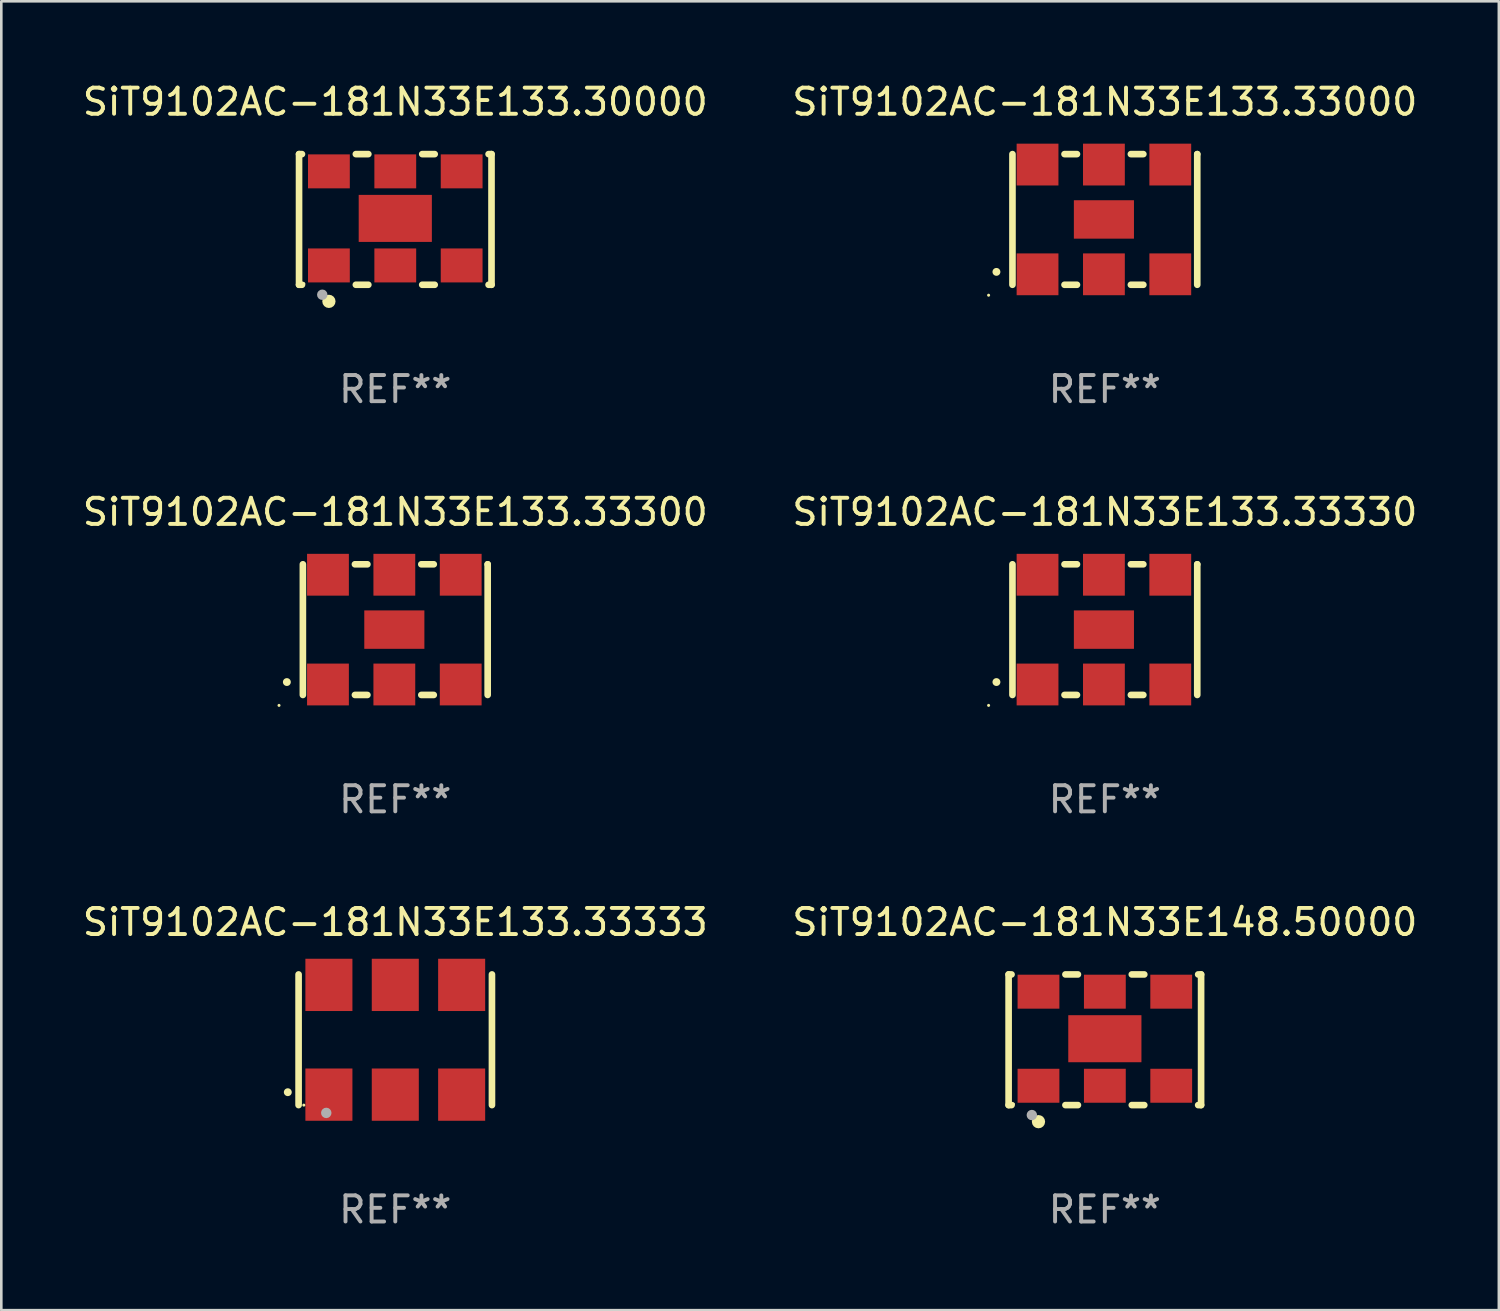
<source format=kicad_pcb>
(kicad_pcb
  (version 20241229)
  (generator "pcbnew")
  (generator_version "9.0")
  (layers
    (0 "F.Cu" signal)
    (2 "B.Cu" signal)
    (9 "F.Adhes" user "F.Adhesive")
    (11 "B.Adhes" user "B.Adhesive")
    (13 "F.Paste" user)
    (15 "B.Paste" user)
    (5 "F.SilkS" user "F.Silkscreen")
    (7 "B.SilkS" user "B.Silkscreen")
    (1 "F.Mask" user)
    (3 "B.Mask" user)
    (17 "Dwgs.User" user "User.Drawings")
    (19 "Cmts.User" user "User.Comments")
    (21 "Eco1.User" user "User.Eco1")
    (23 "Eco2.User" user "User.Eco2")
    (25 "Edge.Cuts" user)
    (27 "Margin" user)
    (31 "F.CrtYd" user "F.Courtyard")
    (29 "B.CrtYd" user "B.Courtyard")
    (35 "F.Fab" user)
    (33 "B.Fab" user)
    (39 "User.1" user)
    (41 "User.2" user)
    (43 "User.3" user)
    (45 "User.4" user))
  (footprint "SiT9102AC-181N33E133.33300"
    (layer "F.Cu")
    (at 12.077 21.045)
    (property "Reference" "SiT9102AC-181N33E133.33300" (at 0 -4.5 0) (layer "F.SilkS") (effects (font (size 1 1) (thickness 0.15))))
    (attr through_hole)
    (fp_line (start -3.536 -2.5) (end -3.536 2.5) (stroke (width 0.254) (type solid)) (layer "F.SilkS"))
    (fp_line (start -1.544 2.5) (end -1.067 2.5) (stroke (width 0.254) (type solid)) (layer "F.SilkS"))
    (fp_line (start -1.067 -2.5) (end -1.544 -2.5) (stroke (width 0.254) (type solid)) (layer "F.SilkS"))
    (fp_line (start 0.996 2.5) (end 1.473 2.5) (stroke (width 0.254) (type solid)) (layer "F.SilkS"))
    (fp_line (start 1.473 -2.5) (end 0.996 -2.5) (stroke (width 0.254) (type solid)) (layer "F.SilkS"))
    (fp_line (start 3.536 -2.5) (end 3.536 -2.5) (stroke (width 0.254) (type solid)) (layer "F.SilkS"))
    (fp_line (start 3.536 2.5) (end 3.536 -2.5) (stroke (width 0.254) (type solid)) (layer "F.SilkS"))
    (fp_arc (start -4.150432 2.006604) (mid -4.149162 2.006599) (end -4.147892 2.006604) (stroke (width 0.3) (type solid)) (layer "F.SilkS"))
    (fp_circle (center -4.449 2.9) (end -4.419 2.9) (stroke (width 0.06) (type solid)) (fill no) (layer "F.SilkS"))
    (fp_text user "REF**" (at 0 6.5 0) (layer "F.Fab") (effects (font (size 1 1) (thickness 0.15))))
    (pad "1" smd rect (at -2.576 2.1) (size 1.6 1.6) (layers "F.Cu" "F.Mask" "F.Paste"))
    (pad "2" smd rect (at -0.036 2.1) (size 1.6 1.6) (layers "F.Cu" "F.Mask" "F.Paste"))
    (pad "3" smd rect (at 2.504 2.1) (size 1.6 1.6) (layers "F.Cu" "F.Mask" "F.Paste"))
    (pad "4" smd rect (at 2.504 -2.1) (size 1.6 1.6) (layers "F.Cu" "F.Mask" "F.Paste"))
    (pad "5" smd rect (at -0.036 -2.1) (size 1.6 1.6) (layers "F.Cu" "F.Mask" "F.Paste"))
    (pad "6" smd rect (at -2.576 -2.1) (size 1.6 1.6) (layers "F.Cu" "F.Mask" "F.Paste"))
    (pad "7" smd rect (at -0.036 0) (size 2.3 1.47) (layers "F.Cu" "F.Mask" "F.Paste")))
  (footprint "SiT9102AC-181N33E133.33000"
    (layer "F.Cu")
    (at 39.232 5.348)
    (property "Reference" "SiT9102AC-181N33E133.33000" (at 0 -4.5 0) (layer "F.SilkS") (effects (font (size 1 1) (thickness 0.15))))
    (attr through_hole)
    (fp_line (start -3.536 -2.5) (end -3.536 2.5) (stroke (width 0.254) (type solid)) (layer "F.SilkS"))
    (fp_line (start -1.544 2.5) (end -1.067 2.5) (stroke (width 0.254) (type solid)) (layer "F.SilkS"))
    (fp_line (start -1.067 -2.5) (end -1.544 -2.5) (stroke (width 0.254) (type solid)) (layer "F.SilkS"))
    (fp_line (start 0.996 2.5) (end 1.473 2.5) (stroke (width 0.254) (type solid)) (layer "F.SilkS"))
    (fp_line (start 1.473 -2.5) (end 0.996 -2.5) (stroke (width 0.254) (type solid)) (layer "F.SilkS"))
    (fp_line (start 3.536 -2.5) (end 3.536 -2.5) (stroke (width 0.254) (type solid)) (layer "F.SilkS"))
    (fp_line (start 3.536 2.5) (end 3.536 -2.5) (stroke (width 0.254) (type solid)) (layer "F.SilkS"))
    (fp_arc (start -4.150432 2.006604) (mid -4.149162 2.006599) (end -4.147892 2.006604) (stroke (width 0.3) (type solid)) (layer "F.SilkS"))
    (fp_circle (center -4.449 2.9) (end -4.419 2.9) (stroke (width 0.06) (type solid)) (fill no) (layer "F.SilkS"))
    (fp_text user "REF**" (at 0 6.5 0) (layer "F.Fab") (effects (font (size 1 1) (thickness 0.15))))
    (pad "1" smd rect (at -2.576 2.1) (size 1.6 1.6) (layers "F.Cu" "F.Mask" "F.Paste"))
    (pad "2" smd rect (at -0.036 2.1) (size 1.6 1.6) (layers "F.Cu" "F.Mask" "F.Paste"))
    (pad "3" smd rect (at 2.504 2.1) (size 1.6 1.6) (layers "F.Cu" "F.Mask" "F.Paste"))
    (pad "4" smd rect (at 2.504 -2.1) (size 1.6 1.6) (layers "F.Cu" "F.Mask" "F.Paste"))
    (pad "5" smd rect (at -0.036 -2.1) (size 1.6 1.6) (layers "F.Cu" "F.Mask" "F.Paste"))
    (pad "6" smd rect (at -2.576 -2.1) (size 1.6 1.6) (layers "F.Cu" "F.Mask" "F.Paste"))
    (pad "7" smd rect (at -0.036 0) (size 2.3 1.47) (layers "F.Cu" "F.Mask" "F.Paste")))
  (footprint "SiT9102AC-181N33E133.33333"
    (layer "F.Cu")
    (at 12.077 36.741)
    (property "Reference" "SiT9102AC-181N33E133.33333" (at 0 -4.5 0) (layer "F.SilkS") (effects (font (size 1 1) (thickness 0.15))))
    (attr through_hole)
    (fp_line (start -3.7 -2.5) (end -3.7 2.5) (stroke (width 0.254) (type solid)) (layer "F.SilkS"))
    (fp_line (start 3.7 -2.5) (end 3.7 2.5) (stroke (width 0.254) (type solid)) (layer "F.SilkS"))
    (fp_arc (start -4.114415 2.006604) (mid -4.113145 2.006599) (end -4.111875 2.006604) (stroke (width 0.3) (type solid)) (layer "F.SilkS"))
    (fp_circle (center -3.5 2.501) (end -3.47 2.501) (stroke (width 0.06) (type solid)) (fill no) (layer "F.SilkS"))
    (fp_circle (center -2.641 2.799) (end -2.541 2.799) (stroke (width 0.2) (type solid)) (fill no) (layer "F.Fab"))
    (fp_text user "REF**" (at 0 6.5 0) (layer "F.Fab") (effects (font (size 1 1) (thickness 0.15))))
    (pad "1" smd rect (at -2.54 2.1) (size 1.8 2) (layers "F.Cu" "F.Mask" "F.Paste"))
    (pad "2" smd rect (at 0.000394 2.1) (size 1.8 2) (layers "F.Cu" "F.Mask" "F.Paste"))
    (pad "3" smd rect (at 2.54 2.1) (size 1.8 2) (layers "F.Cu" "F.Mask" "F.Paste"))
    (pad "4" smd rect (at 2.54 -2.1) (size 1.8 2) (layers "F.Cu" "F.Mask" "F.Paste"))
    (pad "5" smd rect (at 0.000394 -2.1) (size 1.8 2) (layers "F.Cu" "F.Mask" "F.Paste"))
    (pad "6" smd rect (at -2.54 -2.1) (size 1.8 2) (layers "F.Cu" "F.Mask" "F.Paste")))
  (footprint "SiT9102AC-181N33E133.30000"
    (layer "F.Cu")
    (at 12.077 5.348)
    (property "Reference" "SiT9102AC-181N33E133.30000" (at 0 -4.5 0) (layer "F.SilkS") (effects (font (size 1 1) (thickness 0.15))))
    (attr through_hole)
    (fp_line (start -3.683 -2.5) (end -3.571 -2.5) (stroke (width 0.254) (type solid)) (layer "F.SilkS"))
    (fp_line (start -3.683 2.5) (end -3.683 -2.5) (stroke (width 0.254) (type solid)) (layer "F.SilkS"))
    (fp_line (start -3.683 2.5) (end -3.571 2.5) (stroke (width 0.254) (type solid)) (layer "F.SilkS"))
    (fp_line (start -1.509 -2.5) (end -1.031 -2.5) (stroke (width 0.254) (type solid)) (layer "F.SilkS"))
    (fp_line (start -1.509 2.5) (end -1.031 2.5) (stroke (width 0.254) (type solid)) (layer "F.SilkS"))
    (fp_line (start 1.031 -2.5) (end 1.509 -2.5) (stroke (width 0.254) (type solid)) (layer "F.SilkS"))
    (fp_line (start 1.031 2.5) (end 1.509 2.5) (stroke (width 0.254) (type solid)) (layer "F.SilkS"))
    (fp_line (start 3.571 -2.5) (end 3.683 -2.5) (stroke (width 0.254) (type solid)) (layer "F.SilkS"))
    (fp_line (start 3.571 2.5) (end 3.683 2.5) (stroke (width 0.254) (type solid)) (layer "F.SilkS"))
    (fp_line (start 3.683 2.5) (end 3.683 -2.5) (stroke (width 0.254) (type solid)) (layer "F.SilkS"))
    (fp_circle (center -3.5 2.46) (end -3.47 2.46) (stroke (width 0.06) (type solid)) (fill no) (layer "F.SilkS"))
    (fp_circle (center -2.54 3.135) (end -2.413 3.135) (stroke (width 0.254) (type solid)) (fill no) (layer "F.SilkS"))
    (fp_circle (center -2.794 2.881) (end -2.694 2.881) (stroke (width 0.2) (type solid)) (fill no) (layer "F.Fab"))
    (fp_text user "REF**" (at 0 6.5 0) (layer "F.Fab") (effects (font (size 1 1) (thickness 0.15))))
    (pad "1" smd rect (at -2.54 1.76) (size 1.6 1.3) (layers "F.Cu" "F.Mask" "F.Paste"))
    (pad "2" smd rect (at 0 1.76) (size 1.6 1.3) (layers "F.Cu" "F.Mask" "F.Paste"))
    (pad "3" smd rect (at 2.54 1.76) (size 1.6 1.3) (layers "F.Cu" "F.Mask" "F.Paste"))
    (pad "4" smd rect (at 2.54 -1.84) (size 1.6 1.3) (layers "F.Cu" "F.Mask" "F.Paste"))
    (pad "5" smd rect (at 0 -1.84) (size 1.6 1.3) (layers "F.Cu" "F.Mask" "F.Paste"))
    (pad "6" smd rect (at -2.54 -1.84) (size 1.6 1.3) (layers "F.Cu" "F.Mask" "F.Paste"))
    (pad "7" smd rect (at 0 -0.04) (size 2.8 1.8) (layers "F.Cu" "F.Mask" "F.Paste")))
  (footprint "SiT9102AC-181N33E148.50000"
    (layer "F.Cu")
    (at 39.232 36.741)
    (property "Reference" "SiT9102AC-181N33E148.50000" (at 0 -4.5 0) (layer "F.SilkS") (effects (font (size 1 1) (thickness 0.15))))
    (attr through_hole)
    (fp_line (start -3.683 -2.5) (end -3.571 -2.5) (stroke (width 0.254) (type solid)) (layer "F.SilkS"))
    (fp_line (start -3.683 2.5) (end -3.683 -2.5) (stroke (width 0.254) (type solid)) (layer "F.SilkS"))
    (fp_line (start -3.683 2.5) (end -3.571 2.5) (stroke (width 0.254) (type solid)) (layer "F.SilkS"))
    (fp_line (start -1.509 -2.5) (end -1.031 -2.5) (stroke (width 0.254) (type solid)) (layer "F.SilkS"))
    (fp_line (start -1.509 2.5) (end -1.031 2.5) (stroke (width 0.254) (type solid)) (layer "F.SilkS"))
    (fp_line (start 1.031 -2.5) (end 1.509 -2.5) (stroke (width 0.254) (type solid)) (layer "F.SilkS"))
    (fp_line (start 1.031 2.5) (end 1.509 2.5) (stroke (width 0.254) (type solid)) (layer "F.SilkS"))
    (fp_line (start 3.571 -2.5) (end 3.683 -2.5) (stroke (width 0.254) (type solid)) (layer "F.SilkS"))
    (fp_line (start 3.571 2.5) (end 3.683 2.5) (stroke (width 0.254) (type solid)) (layer "F.SilkS"))
    (fp_line (start 3.683 2.5) (end 3.683 -2.5) (stroke (width 0.254) (type solid)) (layer "F.SilkS"))
    (fp_circle (center -3.5 2.46) (end -3.47 2.46) (stroke (width 0.06) (type solid)) (fill no) (layer "F.SilkS"))
    (fp_circle (center -2.54 3.135) (end -2.413 3.135) (stroke (width 0.254) (type solid)) (fill no) (layer "F.SilkS"))
    (fp_circle (center -2.794 2.881) (end -2.694 2.881) (stroke (width 0.2) (type solid)) (fill no) (layer "F.Fab"))
    (fp_text user "REF**" (at 0 6.5 0) (layer "F.Fab") (effects (font (size 1 1) (thickness 0.15))))
    (pad "1" smd rect (at -2.54 1.76) (size 1.6 1.3) (layers "F.Cu" "F.Mask" "F.Paste"))
    (pad "2" smd rect (at 0 1.76) (size 1.6 1.3) (layers "F.Cu" "F.Mask" "F.Paste"))
    (pad "3" smd rect (at 2.54 1.76) (size 1.6 1.3) (layers "F.Cu" "F.Mask" "F.Paste"))
    (pad "4" smd rect (at 2.54 -1.84) (size 1.6 1.3) (layers "F.Cu" "F.Mask" "F.Paste"))
    (pad "5" smd rect (at 0 -1.84) (size 1.6 1.3) (layers "F.Cu" "F.Mask" "F.Paste"))
    (pad "6" smd rect (at -2.54 -1.84) (size 1.6 1.3) (layers "F.Cu" "F.Mask" "F.Paste"))
    (pad "7" smd rect (at 0 -0.04) (size 2.8 1.8) (layers "F.Cu" "F.Mask" "F.Paste")))
  (footprint "SiT9102AC-181N33E133.33330"
    (layer "F.Cu")
    (at 39.232 21.045)
    (property "Reference" "SiT9102AC-181N33E133.33330" (at 0 -4.5 0) (layer "F.SilkS") (effects (font (size 1 1) (thickness 0.15))))
    (attr through_hole)
    (fp_line (start -3.536 -2.5) (end -3.536 2.5) (stroke (width 0.254) (type solid)) (layer "F.SilkS"))
    (fp_line (start -1.544 2.5) (end -1.067 2.5) (stroke (width 0.254) (type solid)) (layer "F.SilkS"))
    (fp_line (start -1.067 -2.5) (end -1.544 -2.5) (stroke (width 0.254) (type solid)) (layer "F.SilkS"))
    (fp_line (start 0.996 2.5) (end 1.473 2.5) (stroke (width 0.254) (type solid)) (layer "F.SilkS"))
    (fp_line (start 1.473 -2.5) (end 0.996 -2.5) (stroke (width 0.254) (type solid)) (layer "F.SilkS"))
    (fp_line (start 3.536 -2.5) (end 3.536 -2.5) (stroke (width 0.254) (type solid)) (layer "F.SilkS"))
    (fp_line (start 3.536 2.5) (end 3.536 -2.5) (stroke (width 0.254) (type solid)) (layer "F.SilkS"))
    (fp_arc (start -4.150432 2.006604) (mid -4.149162 2.006599) (end -4.147892 2.006604) (stroke (width 0.3) (type solid)) (layer "F.SilkS"))
    (fp_circle (center -4.449 2.9) (end -4.419 2.9) (stroke (width 0.06) (type solid)) (fill no) (layer "F.SilkS"))
    (fp_text user "REF**" (at 0 6.5 0) (layer "F.Fab") (effects (font (size 1 1) (thickness 0.15))))
    (pad "1" smd rect (at -2.576 2.1) (size 1.6 1.6) (layers "F.Cu" "F.Mask" "F.Paste"))
    (pad "2" smd rect (at -0.036 2.1) (size 1.6 1.6) (layers "F.Cu" "F.Mask" "F.Paste"))
    (pad "3" smd rect (at 2.504 2.1) (size 1.6 1.6) (layers "F.Cu" "F.Mask" "F.Paste"))
    (pad "4" smd rect (at 2.504 -2.1) (size 1.6 1.6) (layers "F.Cu" "F.Mask" "F.Paste"))
    (pad "5" smd rect (at -0.036 -2.1) (size 1.6 1.6) (layers "F.Cu" "F.Mask" "F.Paste"))
    (pad "6" smd rect (at -2.576 -2.1) (size 1.6 1.6) (layers "F.Cu" "F.Mask" "F.Paste"))
    (pad "7" smd rect (at -0.036 0) (size 2.3 1.47) (layers "F.Cu" "F.Mask" "F.Paste")))
  (gr_rect
    (start -3 -3)
    (end 54.31 47.09)
    (stroke (width 0.1) (type default))
    (fill no)
    (layer "Edge.Cuts")))
</source>
